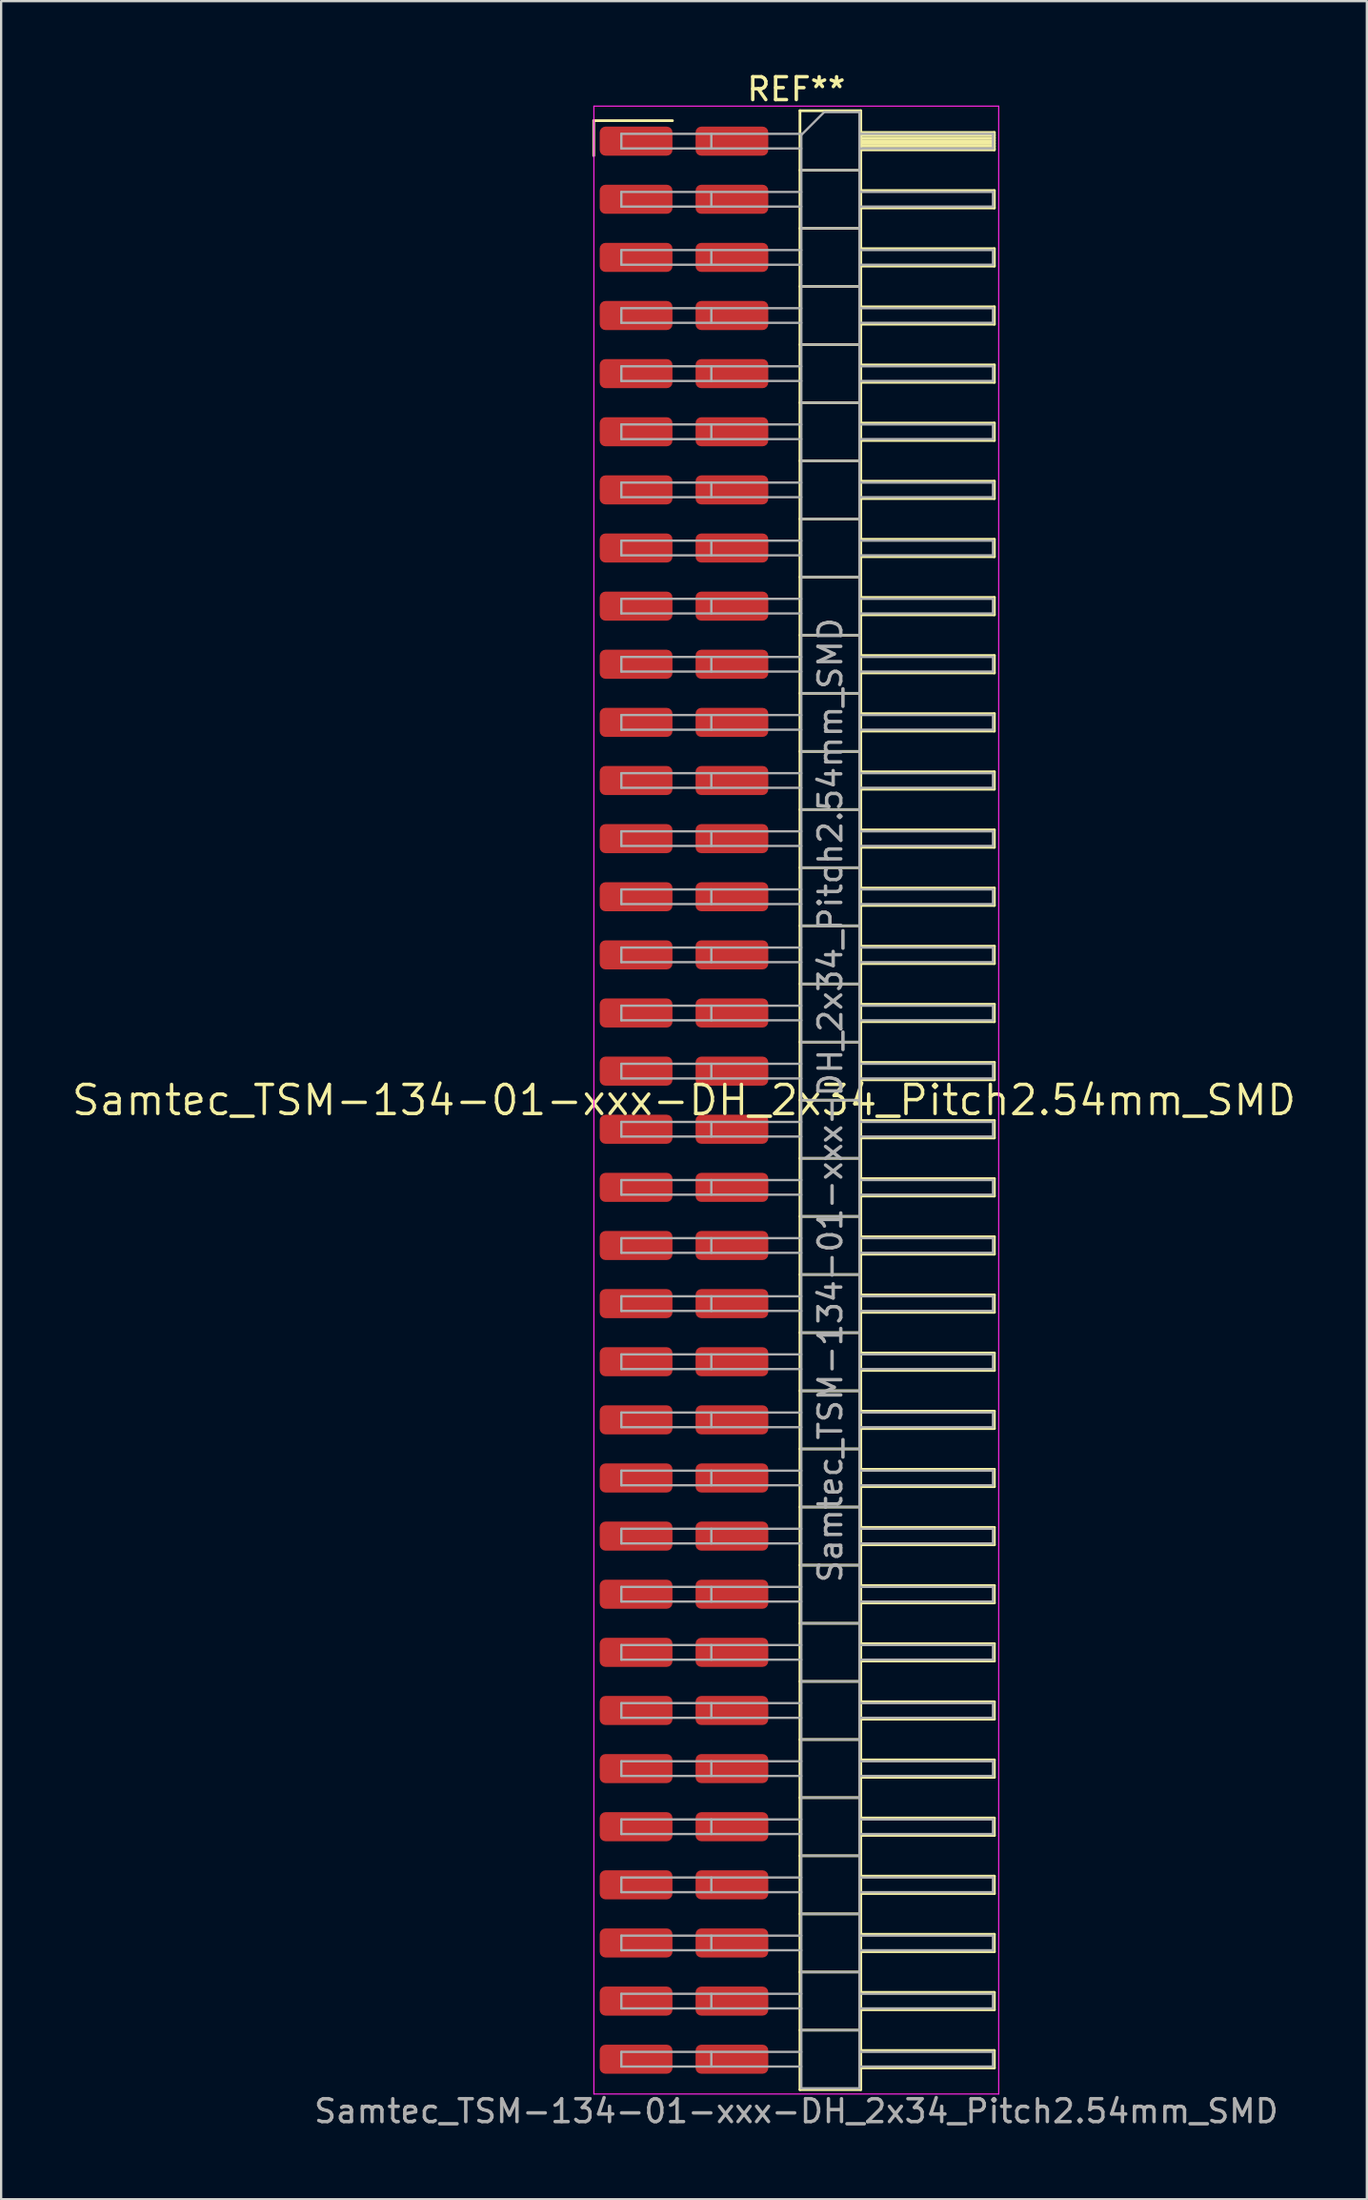
<source format=kicad_pcb>
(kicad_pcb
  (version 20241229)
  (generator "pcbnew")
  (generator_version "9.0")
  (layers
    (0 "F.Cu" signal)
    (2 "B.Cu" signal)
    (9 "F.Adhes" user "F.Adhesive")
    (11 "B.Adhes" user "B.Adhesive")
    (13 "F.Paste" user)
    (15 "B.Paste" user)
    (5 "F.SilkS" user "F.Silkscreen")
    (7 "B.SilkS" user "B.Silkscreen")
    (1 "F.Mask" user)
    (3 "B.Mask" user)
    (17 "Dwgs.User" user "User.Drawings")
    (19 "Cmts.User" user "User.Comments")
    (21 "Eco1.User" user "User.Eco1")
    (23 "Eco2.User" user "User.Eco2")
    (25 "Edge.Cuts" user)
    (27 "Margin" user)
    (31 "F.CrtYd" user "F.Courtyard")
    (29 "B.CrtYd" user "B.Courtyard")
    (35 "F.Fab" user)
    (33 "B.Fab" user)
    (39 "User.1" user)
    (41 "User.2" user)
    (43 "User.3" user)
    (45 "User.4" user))
  (footprint "Samtec_TSM-134-01-xxx-DH_2x34_Pitch2.54mm_SMD"
    (layer "F.Cu")
    (at 26.859 45.028)
    (property "Reference" "Samtec_TSM-134-01-xxx-DH_2x34_Pitch2.54mm_SMD" (at 0 0 0) (layer "F.SilkS") (effects (font (size 1.27 1.27) (thickness 0.15))))
    (attr smd)
    (fp_line (start -3.945 -42.805) (end -0.505 -42.805) (stroke (width 0.12) (type solid)) (layer "F.SilkS"))
    (fp_line (start -3.945 -41.275) (end -3.945 -42.805) (stroke (width 0.12) (type solid)) (layer "F.SilkS"))
    (fp_line (start 5.07 -43.24) (end 7.73 -43.24) (stroke (width 0.12) (type solid)) (layer "F.SilkS"))
    (fp_line (start 5.07 -40.64) (end 7.73 -40.64) (stroke (width 0.12) (type solid)) (layer "F.SilkS"))
    (fp_line (start 5.07 -38.1) (end 7.73 -38.1) (stroke (width 0.12) (type solid)) (layer "F.SilkS"))
    (fp_line (start 5.07 -35.56) (end 7.73 -35.56) (stroke (width 0.12) (type solid)) (layer "F.SilkS"))
    (fp_line (start 5.07 -33.02) (end 7.73 -33.02) (stroke (width 0.12) (type solid)) (layer "F.SilkS"))
    (fp_line (start 5.07 -30.48) (end 7.73 -30.48) (stroke (width 0.12) (type solid)) (layer "F.SilkS"))
    (fp_line (start 5.07 -27.94) (end 7.73 -27.94) (stroke (width 0.12) (type solid)) (layer "F.SilkS"))
    (fp_line (start 5.07 -25.4) (end 7.73 -25.4) (stroke (width 0.12) (type solid)) (layer "F.SilkS"))
    (fp_line (start 5.07 -22.86) (end 7.73 -22.86) (stroke (width 0.12) (type solid)) (layer "F.SilkS"))
    (fp_line (start 5.07 -20.32) (end 7.73 -20.32) (stroke (width 0.12) (type solid)) (layer "F.SilkS"))
    (fp_line (start 5.07 -17.78) (end 7.73 -17.78) (stroke (width 0.12) (type solid)) (layer "F.SilkS"))
    (fp_line (start 5.07 -15.24) (end 7.73 -15.24) (stroke (width 0.12) (type solid)) (layer "F.SilkS"))
    (fp_line (start 5.07 -12.7) (end 7.73 -12.7) (stroke (width 0.12) (type solid)) (layer "F.SilkS"))
    (fp_line (start 5.07 -10.16) (end 7.73 -10.16) (stroke (width 0.12) (type solid)) (layer "F.SilkS"))
    (fp_line (start 5.07 -7.62) (end 7.73 -7.62) (stroke (width 0.12) (type solid)) (layer "F.SilkS"))
    (fp_line (start 5.07 -5.08) (end 7.73 -5.08) (stroke (width 0.12) (type solid)) (layer "F.SilkS"))
    (fp_line (start 5.07 -2.54) (end 7.73 -2.54) (stroke (width 0.12) (type solid)) (layer "F.SilkS"))
    (fp_line (start 5.07 0) (end 7.73 0) (stroke (width 0.12) (type solid)) (layer "F.SilkS"))
    (fp_line (start 5.07 2.54) (end 7.73 2.54) (stroke (width 0.12) (type solid)) (layer "F.SilkS"))
    (fp_line (start 5.07 5.08) (end 7.73 5.08) (stroke (width 0.12) (type solid)) (layer "F.SilkS"))
    (fp_line (start 5.07 7.62) (end 7.73 7.62) (stroke (width 0.12) (type solid)) (layer "F.SilkS"))
    (fp_line (start 5.07 10.16) (end 7.73 10.16) (stroke (width 0.12) (type solid)) (layer "F.SilkS"))
    (fp_line (start 5.07 12.7) (end 7.73 12.7) (stroke (width 0.12) (type solid)) (layer "F.SilkS"))
    (fp_line (start 5.07 15.24) (end 7.73 15.24) (stroke (width 0.12) (type solid)) (layer "F.SilkS"))
    (fp_line (start 5.07 17.78) (end 7.73 17.78) (stroke (width 0.12) (type solid)) (layer "F.SilkS"))
    (fp_line (start 5.07 20.32) (end 7.73 20.32) (stroke (width 0.12) (type solid)) (layer "F.SilkS"))
    (fp_line (start 5.07 22.86) (end 7.73 22.86) (stroke (width 0.12) (type solid)) (layer "F.SilkS"))
    (fp_line (start 5.07 25.4) (end 7.73 25.4) (stroke (width 0.12) (type solid)) (layer "F.SilkS"))
    (fp_line (start 5.07 27.94) (end 7.73 27.94) (stroke (width 0.12) (type solid)) (layer "F.SilkS"))
    (fp_line (start 5.07 30.48) (end 7.73 30.48) (stroke (width 0.12) (type solid)) (layer "F.SilkS"))
    (fp_line (start 5.07 33.02) (end 7.73 33.02) (stroke (width 0.12) (type solid)) (layer "F.SilkS"))
    (fp_line (start 5.07 35.56) (end 7.73 35.56) (stroke (width 0.12) (type solid)) (layer "F.SilkS"))
    (fp_line (start 5.07 38.1) (end 7.73 38.1) (stroke (width 0.12) (type solid)) (layer "F.SilkS"))
    (fp_line (start 5.07 40.64) (end 7.73 40.64) (stroke (width 0.12) (type solid)) (layer "F.SilkS"))
    (fp_line (start 5.07 43.24) (end 5.07 -43.24) (stroke (width 0.12) (type solid)) (layer "F.SilkS"))
    (fp_line (start 7.73 -43.24) (end 7.73 43.24) (stroke (width 0.12) (type solid)) (layer "F.SilkS"))
    (fp_line (start 7.73 -42.29) (end 13.57 -42.29) (stroke (width 0.12) (type solid)) (layer "F.SilkS"))
    (fp_line (start 7.73 -42.17) (end 13.57 -42.17) (stroke (width 0.12) (type solid)) (layer "F.SilkS"))
    (fp_line (start 7.73 -42.05) (end 13.57 -42.05) (stroke (width 0.12) (type solid)) (layer "F.SilkS"))
    (fp_line (start 7.73 -41.93) (end 13.57 -41.93) (stroke (width 0.12) (type solid)) (layer "F.SilkS"))
    (fp_line (start 7.73 -41.81) (end 13.57 -41.81) (stroke (width 0.12) (type solid)) (layer "F.SilkS"))
    (fp_line (start 7.73 -41.69) (end 13.57 -41.69) (stroke (width 0.12) (type solid)) (layer "F.SilkS"))
    (fp_line (start 7.73 -41.57) (end 13.57 -41.57) (stroke (width 0.12) (type solid)) (layer "F.SilkS"))
    (fp_line (start 7.73 -41.53) (end 13.57 -41.53) (stroke (width 0.12) (type solid)) (layer "F.SilkS"))
    (fp_line (start 7.73 -39.75) (end 13.57 -39.75) (stroke (width 0.12) (type solid)) (layer "F.SilkS"))
    (fp_line (start 7.73 -38.99) (end 13.57 -38.99) (stroke (width 0.12) (type solid)) (layer "F.SilkS"))
    (fp_line (start 7.73 -37.21) (end 13.57 -37.21) (stroke (width 0.12) (type solid)) (layer "F.SilkS"))
    (fp_line (start 7.73 -36.45) (end 13.57 -36.45) (stroke (width 0.12) (type solid)) (layer "F.SilkS"))
    (fp_line (start 7.73 -34.67) (end 13.57 -34.67) (stroke (width 0.12) (type solid)) (layer "F.SilkS"))
    (fp_line (start 7.73 -33.91) (end 13.57 -33.91) (stroke (width 0.12) (type solid)) (layer "F.SilkS"))
    (fp_line (start 7.73 -32.13) (end 13.57 -32.13) (stroke (width 0.12) (type solid)) (layer "F.SilkS"))
    (fp_line (start 7.73 -31.37) (end 13.57 -31.37) (stroke (width 0.12) (type solid)) (layer "F.SilkS"))
    (fp_line (start 7.73 -29.59) (end 13.57 -29.59) (stroke (width 0.12) (type solid)) (layer "F.SilkS"))
    (fp_line (start 7.73 -28.83) (end 13.57 -28.83) (stroke (width 0.12) (type solid)) (layer "F.SilkS"))
    (fp_line (start 7.73 -27.05) (end 13.57 -27.05) (stroke (width 0.12) (type solid)) (layer "F.SilkS"))
    (fp_line (start 7.73 -26.29) (end 13.57 -26.29) (stroke (width 0.12) (type solid)) (layer "F.SilkS"))
    (fp_line (start 7.73 -24.51) (end 13.57 -24.51) (stroke (width 0.12) (type solid)) (layer "F.SilkS"))
    (fp_line (start 7.73 -23.75) (end 13.57 -23.75) (stroke (width 0.12) (type solid)) (layer "F.SilkS"))
    (fp_line (start 7.73 -21.97) (end 13.57 -21.97) (stroke (width 0.12) (type solid)) (layer "F.SilkS"))
    (fp_line (start 7.73 -21.21) (end 13.57 -21.21) (stroke (width 0.12) (type solid)) (layer "F.SilkS"))
    (fp_line (start 7.73 -19.43) (end 13.57 -19.43) (stroke (width 0.12) (type solid)) (layer "F.SilkS"))
    (fp_line (start 7.73 -18.67) (end 13.57 -18.67) (stroke (width 0.12) (type solid)) (layer "F.SilkS"))
    (fp_line (start 7.73 -16.89) (end 13.57 -16.89) (stroke (width 0.12) (type solid)) (layer "F.SilkS"))
    (fp_line (start 7.73 -16.13) (end 13.57 -16.13) (stroke (width 0.12) (type solid)) (layer "F.SilkS"))
    (fp_line (start 7.73 -14.35) (end 13.57 -14.35) (stroke (width 0.12) (type solid)) (layer "F.SilkS"))
    (fp_line (start 7.73 -13.59) (end 13.57 -13.59) (stroke (width 0.12) (type solid)) (layer "F.SilkS"))
    (fp_line (start 7.73 -11.81) (end 13.57 -11.81) (stroke (width 0.12) (type solid)) (layer "F.SilkS"))
    (fp_line (start 7.73 -11.05) (end 13.57 -11.05) (stroke (width 0.12) (type solid)) (layer "F.SilkS"))
    (fp_line (start 7.73 -9.27) (end 13.57 -9.27) (stroke (width 0.12) (type solid)) (layer "F.SilkS"))
    (fp_line (start 7.73 -8.51) (end 13.57 -8.51) (stroke (width 0.12) (type solid)) (layer "F.SilkS"))
    (fp_line (start 7.73 -6.73) (end 13.57 -6.73) (stroke (width 0.12) (type solid)) (layer "F.SilkS"))
    (fp_line (start 7.73 -5.97) (end 13.57 -5.97) (stroke (width 0.12) (type solid)) (layer "F.SilkS"))
    (fp_line (start 7.73 -4.19) (end 13.57 -4.19) (stroke (width 0.12) (type solid)) (layer "F.SilkS"))
    (fp_line (start 7.73 -3.43) (end 13.57 -3.43) (stroke (width 0.12) (type solid)) (layer "F.SilkS"))
    (fp_line (start 7.73 -1.65) (end 13.57 -1.65) (stroke (width 0.12) (type solid)) (layer "F.SilkS"))
    (fp_line (start 7.73 -0.89) (end 13.57 -0.89) (stroke (width 0.12) (type solid)) (layer "F.SilkS"))
    (fp_line (start 7.73 0.89) (end 13.57 0.89) (stroke (width 0.12) (type solid)) (layer "F.SilkS"))
    (fp_line (start 7.73 1.65) (end 13.57 1.65) (stroke (width 0.12) (type solid)) (layer "F.SilkS"))
    (fp_line (start 7.73 3.43) (end 13.57 3.43) (stroke (width 0.12) (type solid)) (layer "F.SilkS"))
    (fp_line (start 7.73 4.19) (end 13.57 4.19) (stroke (width 0.12) (type solid)) (layer "F.SilkS"))
    (fp_line (start 7.73 5.97) (end 13.57 5.97) (stroke (width 0.12) (type solid)) (layer "F.SilkS"))
    (fp_line (start 7.73 6.73) (end 13.57 6.73) (stroke (width 0.12) (type solid)) (layer "F.SilkS"))
    (fp_line (start 7.73 8.51) (end 13.57 8.51) (stroke (width 0.12) (type solid)) (layer "F.SilkS"))
    (fp_line (start 7.73 9.27) (end 13.57 9.27) (stroke (width 0.12) (type solid)) (layer "F.SilkS"))
    (fp_line (start 7.73 11.05) (end 13.57 11.05) (stroke (width 0.12) (type solid)) (layer "F.SilkS"))
    (fp_line (start 7.73 11.81) (end 13.57 11.81) (stroke (width 0.12) (type solid)) (layer "F.SilkS"))
    (fp_line (start 7.73 13.59) (end 13.57 13.59) (stroke (width 0.12) (type solid)) (layer "F.SilkS"))
    (fp_line (start 7.73 14.35) (end 13.57 14.35) (stroke (width 0.12) (type solid)) (layer "F.SilkS"))
    (fp_line (start 7.73 16.13) (end 13.57 16.13) (stroke (width 0.12) (type solid)) (layer "F.SilkS"))
    (fp_line (start 7.73 16.89) (end 13.57 16.89) (stroke (width 0.12) (type solid)) (layer "F.SilkS"))
    (fp_line (start 7.73 18.67) (end 13.57 18.67) (stroke (width 0.12) (type solid)) (layer "F.SilkS"))
    (fp_line (start 7.73 19.43) (end 13.57 19.43) (stroke (width 0.12) (type solid)) (layer "F.SilkS"))
    (fp_line (start 7.73 21.21) (end 13.57 21.21) (stroke (width 0.12) (type solid)) (layer "F.SilkS"))
    (fp_line (start 7.73 21.97) (end 13.57 21.97) (stroke (width 0.12) (type solid)) (layer "F.SilkS"))
    (fp_line (start 7.73 23.75) (end 13.57 23.75) (stroke (width 0.12) (type solid)) (layer "F.SilkS"))
    (fp_line (start 7.73 24.51) (end 13.57 24.51) (stroke (width 0.12) (type solid)) (layer "F.SilkS"))
    (fp_line (start 7.73 26.29) (end 13.57 26.29) (stroke (width 0.12) (type solid)) (layer "F.SilkS"))
    (fp_line (start 7.73 27.05) (end 13.57 27.05) (stroke (width 0.12) (type solid)) (layer "F.SilkS"))
    (fp_line (start 7.73 28.83) (end 13.57 28.83) (stroke (width 0.12) (type solid)) (layer "F.SilkS"))
    (fp_line (start 7.73 29.59) (end 13.57 29.59) (stroke (width 0.12) (type solid)) (layer "F.SilkS"))
    (fp_line (start 7.73 31.37) (end 13.57 31.37) (stroke (width 0.12) (type solid)) (layer "F.SilkS"))
    (fp_line (start 7.73 32.13) (end 13.57 32.13) (stroke (width 0.12) (type solid)) (layer "F.SilkS"))
    (fp_line (start 7.73 33.91) (end 13.57 33.91) (stroke (width 0.12) (type solid)) (layer "F.SilkS"))
    (fp_line (start 7.73 34.67) (end 13.57 34.67) (stroke (width 0.12) (type solid)) (layer "F.SilkS"))
    (fp_line (start 7.73 36.45) (end 13.57 36.45) (stroke (width 0.12) (type solid)) (layer "F.SilkS"))
    (fp_line (start 7.73 37.21) (end 13.57 37.21) (stroke (width 0.12) (type solid)) (layer "F.SilkS"))
    (fp_line (start 7.73 38.99) (end 13.57 38.99) (stroke (width 0.12) (type solid)) (layer "F.SilkS"))
    (fp_line (start 7.73 39.75) (end 13.57 39.75) (stroke (width 0.12) (type solid)) (layer "F.SilkS"))
    (fp_line (start 7.73 41.53) (end 13.57 41.53) (stroke (width 0.12) (type solid)) (layer "F.SilkS"))
    (fp_line (start 7.73 42.29) (end 13.57 42.29) (stroke (width 0.12) (type solid)) (layer "F.SilkS"))
    (fp_line (start 7.73 43.24) (end 5.07 43.24) (stroke (width 0.12) (type solid)) (layer "F.SilkS"))
    (fp_line (start 13.57 -42.29) (end 13.57 -41.53) (stroke (width 0.12) (type solid)) (layer "F.SilkS"))
    (fp_line (start 13.57 -39.75) (end 13.57 -38.99) (stroke (width 0.12) (type solid)) (layer "F.SilkS"))
    (fp_line (start 13.57 -37.21) (end 13.57 -36.45) (stroke (width 0.12) (type solid)) (layer "F.SilkS"))
    (fp_line (start 13.57 -34.67) (end 13.57 -33.91) (stroke (width 0.12) (type solid)) (layer "F.SilkS"))
    (fp_line (start 13.57 -32.13) (end 13.57 -31.37) (stroke (width 0.12) (type solid)) (layer "F.SilkS"))
    (fp_line (start 13.57 -29.59) (end 13.57 -28.83) (stroke (width 0.12) (type solid)) (layer "F.SilkS"))
    (fp_line (start 13.57 -27.05) (end 13.57 -26.29) (stroke (width 0.12) (type solid)) (layer "F.SilkS"))
    (fp_line (start 13.57 -24.51) (end 13.57 -23.75) (stroke (width 0.12) (type solid)) (layer "F.SilkS"))
    (fp_line (start 13.57 -21.97) (end 13.57 -21.21) (stroke (width 0.12) (type solid)) (layer "F.SilkS"))
    (fp_line (start 13.57 -19.43) (end 13.57 -18.67) (stroke (width 0.12) (type solid)) (layer "F.SilkS"))
    (fp_line (start 13.57 -16.89) (end 13.57 -16.13) (stroke (width 0.12) (type solid)) (layer "F.SilkS"))
    (fp_line (start 13.57 -14.35) (end 13.57 -13.59) (stroke (width 0.12) (type solid)) (layer "F.SilkS"))
    (fp_line (start 13.57 -11.81) (end 13.57 -11.05) (stroke (width 0.12) (type solid)) (layer "F.SilkS"))
    (fp_line (start 13.57 -9.27) (end 13.57 -8.51) (stroke (width 0.12) (type solid)) (layer "F.SilkS"))
    (fp_line (start 13.57 -6.73) (end 13.57 -5.97) (stroke (width 0.12) (type solid)) (layer "F.SilkS"))
    (fp_line (start 13.57 -4.19) (end 13.57 -3.43) (stroke (width 0.12) (type solid)) (layer "F.SilkS"))
    (fp_line (start 13.57 -1.65) (end 13.57 -0.89) (stroke (width 0.12) (type solid)) (layer "F.SilkS"))
    (fp_line (start 13.57 0.89) (end 13.57 1.65) (stroke (width 0.12) (type solid)) (layer "F.SilkS"))
    (fp_line (start 13.57 3.43) (end 13.57 4.19) (stroke (width 0.12) (type solid)) (layer "F.SilkS"))
    (fp_line (start 13.57 5.97) (end 13.57 6.73) (stroke (width 0.12) (type solid)) (layer "F.SilkS"))
    (fp_line (start 13.57 8.51) (end 13.57 9.27) (stroke (width 0.12) (type solid)) (layer "F.SilkS"))
    (fp_line (start 13.57 11.05) (end 13.57 11.81) (stroke (width 0.12) (type solid)) (layer "F.SilkS"))
    (fp_line (start 13.57 13.59) (end 13.57 14.35) (stroke (width 0.12) (type solid)) (layer "F.SilkS"))
    (fp_line (start 13.57 16.13) (end 13.57 16.89) (stroke (width 0.12) (type solid)) (layer "F.SilkS"))
    (fp_line (start 13.57 18.67) (end 13.57 19.43) (stroke (width 0.12) (type solid)) (layer "F.SilkS"))
    (fp_line (start 13.57 21.21) (end 13.57 21.97) (stroke (width 0.12) (type solid)) (layer "F.SilkS"))
    (fp_line (start 13.57 23.75) (end 13.57 24.51) (stroke (width 0.12) (type solid)) (layer "F.SilkS"))
    (fp_line (start 13.57 26.29) (end 13.57 27.05) (stroke (width 0.12) (type solid)) (layer "F.SilkS"))
    (fp_line (start 13.57 28.83) (end 13.57 29.59) (stroke (width 0.12) (type solid)) (layer "F.SilkS"))
    (fp_line (start 13.57 31.37) (end 13.57 32.13) (stroke (width 0.12) (type solid)) (layer "F.SilkS"))
    (fp_line (start 13.57 33.91) (end 13.57 34.67) (stroke (width 0.12) (type solid)) (layer "F.SilkS"))
    (fp_line (start 13.57 36.45) (end 13.57 37.21) (stroke (width 0.12) (type solid)) (layer "F.SilkS"))
    (fp_line (start 13.57 38.99) (end 13.57 39.75) (stroke (width 0.12) (type solid)) (layer "F.SilkS"))
    (fp_line (start 13.57 41.53) (end 13.57 42.29) (stroke (width 0.12) (type solid)) (layer "F.SilkS"))
    (fp_line (start -3.94 -43.44) (end 13.76 -43.44) (stroke (width 0.05) (type solid)) (layer "F.CrtYd"))
    (fp_line (start -3.94 43.43) (end -3.94 -43.44) (stroke (width 0.05) (type solid)) (layer "F.CrtYd"))
    (fp_line (start 13.76 -43.44) (end 13.76 43.43) (stroke (width 0.05) (type solid)) (layer "F.CrtYd"))
    (fp_line (start 13.76 43.43) (end -3.94 43.43) (stroke (width 0.05) (type solid)) (layer "F.CrtYd"))
    (fp_line (start -2.74 -42.23) (end -2.74 -41.59) (stroke (width 0.1) (type solid)) (layer "F.Fab"))
    (fp_line (start -2.74 -42.23) (end 5.13 -42.23) (stroke (width 0.1) (type solid)) (layer "F.Fab"))
    (fp_line (start -2.74 -41.59) (end 5.13 -41.59) (stroke (width 0.1) (type solid)) (layer "F.Fab"))
    (fp_line (start -2.74 -39.69) (end -2.74 -39.05) (stroke (width 0.1) (type solid)) (layer "F.Fab"))
    (fp_line (start -2.74 -39.69) (end 5.13 -39.69) (stroke (width 0.1) (type solid)) (layer "F.Fab"))
    (fp_line (start -2.74 -39.05) (end 5.13 -39.05) (stroke (width 0.1) (type solid)) (layer "F.Fab"))
    (fp_line (start -2.74 -37.15) (end -2.74 -36.51) (stroke (width 0.1) (type solid)) (layer "F.Fab"))
    (fp_line (start -2.74 -37.15) (end 5.13 -37.15) (stroke (width 0.1) (type solid)) (layer "F.Fab"))
    (fp_line (start -2.74 -36.51) (end 5.13 -36.51) (stroke (width 0.1) (type solid)) (layer "F.Fab"))
    (fp_line (start -2.74 -34.61) (end -2.74 -33.97) (stroke (width 0.1) (type solid)) (layer "F.Fab"))
    (fp_line (start -2.74 -34.61) (end 5.13 -34.61) (stroke (width 0.1) (type solid)) (layer "F.Fab"))
    (fp_line (start -2.74 -33.97) (end 5.13 -33.97) (stroke (width 0.1) (type solid)) (layer "F.Fab"))
    (fp_line (start -2.74 -32.07) (end -2.74 -31.43) (stroke (width 0.1) (type solid)) (layer "F.Fab"))
    (fp_line (start -2.74 -32.07) (end 5.13 -32.07) (stroke (width 0.1) (type solid)) (layer "F.Fab"))
    (fp_line (start -2.74 -31.43) (end 5.13 -31.43) (stroke (width 0.1) (type solid)) (layer "F.Fab"))
    (fp_line (start -2.74 -29.53) (end -2.74 -28.89) (stroke (width 0.1) (type solid)) (layer "F.Fab"))
    (fp_line (start -2.74 -29.53) (end 5.13 -29.53) (stroke (width 0.1) (type solid)) (layer "F.Fab"))
    (fp_line (start -2.74 -28.89) (end 5.13 -28.89) (stroke (width 0.1) (type solid)) (layer "F.Fab"))
    (fp_line (start -2.74 -26.99) (end -2.74 -26.35) (stroke (width 0.1) (type solid)) (layer "F.Fab"))
    (fp_line (start -2.74 -26.99) (end 5.13 -26.99) (stroke (width 0.1) (type solid)) (layer "F.Fab"))
    (fp_line (start -2.74 -26.35) (end 5.13 -26.35) (stroke (width 0.1) (type solid)) (layer "F.Fab"))
    (fp_line (start -2.74 -24.45) (end -2.74 -23.81) (stroke (width 0.1) (type solid)) (layer "F.Fab"))
    (fp_line (start -2.74 -24.45) (end 5.13 -24.45) (stroke (width 0.1) (type solid)) (layer "F.Fab"))
    (fp_line (start -2.74 -23.81) (end 5.13 -23.81) (stroke (width 0.1) (type solid)) (layer "F.Fab"))
    (fp_line (start -2.74 -21.91) (end -2.74 -21.27) (stroke (width 0.1) (type solid)) (layer "F.Fab"))
    (fp_line (start -2.74 -21.91) (end 5.13 -21.91) (stroke (width 0.1) (type solid)) (layer "F.Fab"))
    (fp_line (start -2.74 -21.27) (end 5.13 -21.27) (stroke (width 0.1) (type solid)) (layer "F.Fab"))
    (fp_line (start -2.74 -19.37) (end -2.74 -18.73) (stroke (width 0.1) (type solid)) (layer "F.Fab"))
    (fp_line (start -2.74 -19.37) (end 5.13 -19.37) (stroke (width 0.1) (type solid)) (layer "F.Fab"))
    (fp_line (start -2.74 -18.73) (end 5.13 -18.73) (stroke (width 0.1) (type solid)) (layer "F.Fab"))
    (fp_line (start -2.74 -16.83) (end -2.74 -16.19) (stroke (width 0.1) (type solid)) (layer "F.Fab"))
    (fp_line (start -2.74 -16.83) (end 5.13 -16.83) (stroke (width 0.1) (type solid)) (layer "F.Fab"))
    (fp_line (start -2.74 -16.19) (end 5.13 -16.19) (stroke (width 0.1) (type solid)) (layer "F.Fab"))
    (fp_line (start -2.74 -14.29) (end -2.74 -13.65) (stroke (width 0.1) (type solid)) (layer "F.Fab"))
    (fp_line (start -2.74 -14.29) (end 5.13 -14.29) (stroke (width 0.1) (type solid)) (layer "F.Fab"))
    (fp_line (start -2.74 -13.65) (end 5.13 -13.65) (stroke (width 0.1) (type solid)) (layer "F.Fab"))
    (fp_line (start -2.74 -11.75) (end -2.74 -11.11) (stroke (width 0.1) (type solid)) (layer "F.Fab"))
    (fp_line (start -2.74 -11.75) (end 5.13 -11.75) (stroke (width 0.1) (type solid)) (layer "F.Fab"))
    (fp_line (start -2.74 -11.11) (end 5.13 -11.11) (stroke (width 0.1) (type solid)) (layer "F.Fab"))
    (fp_line (start -2.74 -9.21) (end -2.74 -8.57) (stroke (width 0.1) (type solid)) (layer "F.Fab"))
    (fp_line (start -2.74 -9.21) (end 5.13 -9.21) (stroke (width 0.1) (type solid)) (layer "F.Fab"))
    (fp_line (start -2.74 -8.57) (end 5.13 -8.57) (stroke (width 0.1) (type solid)) (layer "F.Fab"))
    (fp_line (start -2.74 -6.67) (end -2.74 -6.03) (stroke (width 0.1) (type solid)) (layer "F.Fab"))
    (fp_line (start -2.74 -6.67) (end 5.13 -6.67) (stroke (width 0.1) (type solid)) (layer "F.Fab"))
    (fp_line (start -2.74 -6.03) (end 5.13 -6.03) (stroke (width 0.1) (type solid)) (layer "F.Fab"))
    (fp_line (start -2.74 -4.13) (end -2.74 -3.49) (stroke (width 0.1) (type solid)) (layer "F.Fab"))
    (fp_line (start -2.74 -4.13) (end 5.13 -4.13) (stroke (width 0.1) (type solid)) (layer "F.Fab"))
    (fp_line (start -2.74 -3.49) (end 5.13 -3.49) (stroke (width 0.1) (type solid)) (layer "F.Fab"))
    (fp_line (start -2.74 -1.59) (end -2.74 -0.95) (stroke (width 0.1) (type solid)) (layer "F.Fab"))
    (fp_line (start -2.74 -1.59) (end 5.13 -1.59) (stroke (width 0.1) (type solid)) (layer "F.Fab"))
    (fp_line (start -2.74 -0.95) (end 5.13 -0.95) (stroke (width 0.1) (type solid)) (layer "F.Fab"))
    (fp_line (start -2.74 0.95) (end -2.74 1.59) (stroke (width 0.1) (type solid)) (layer "F.Fab"))
    (fp_line (start -2.74 0.95) (end 5.13 0.95) (stroke (width 0.1) (type solid)) (layer "F.Fab"))
    (fp_line (start -2.74 1.59) (end 5.13 1.59) (stroke (width 0.1) (type solid)) (layer "F.Fab"))
    (fp_line (start -2.74 3.49) (end -2.74 4.13) (stroke (width 0.1) (type solid)) (layer "F.Fab"))
    (fp_line (start -2.74 3.49) (end 5.13 3.49) (stroke (width 0.1) (type solid)) (layer "F.Fab"))
    (fp_line (start -2.74 4.13) (end 5.13 4.13) (stroke (width 0.1) (type solid)) (layer "F.Fab"))
    (fp_line (start -2.74 6.03) (end -2.74 6.67) (stroke (width 0.1) (type solid)) (layer "F.Fab"))
    (fp_line (start -2.74 6.03) (end 5.13 6.03) (stroke (width 0.1) (type solid)) (layer "F.Fab"))
    (fp_line (start -2.74 6.67) (end 5.13 6.67) (stroke (width 0.1) (type solid)) (layer "F.Fab"))
    (fp_line (start -2.74 8.57) (end -2.74 9.21) (stroke (width 0.1) (type solid)) (layer "F.Fab"))
    (fp_line (start -2.74 8.57) (end 5.13 8.57) (stroke (width 0.1) (type solid)) (layer "F.Fab"))
    (fp_line (start -2.74 9.21) (end 5.13 9.21) (stroke (width 0.1) (type solid)) (layer "F.Fab"))
    (fp_line (start -2.74 11.11) (end -2.74 11.75) (stroke (width 0.1) (type solid)) (layer "F.Fab"))
    (fp_line (start -2.74 11.11) (end 5.13 11.11) (stroke (width 0.1) (type solid)) (layer "F.Fab"))
    (fp_line (start -2.74 11.75) (end 5.13 11.75) (stroke (width 0.1) (type solid)) (layer "F.Fab"))
    (fp_line (start -2.74 13.65) (end -2.74 14.29) (stroke (width 0.1) (type solid)) (layer "F.Fab"))
    (fp_line (start -2.74 13.65) (end 5.13 13.65) (stroke (width 0.1) (type solid)) (layer "F.Fab"))
    (fp_line (start -2.74 14.29) (end 5.13 14.29) (stroke (width 0.1) (type solid)) (layer "F.Fab"))
    (fp_line (start -2.74 16.19) (end -2.74 16.83) (stroke (width 0.1) (type solid)) (layer "F.Fab"))
    (fp_line (start -2.74 16.19) (end 5.13 16.19) (stroke (width 0.1) (type solid)) (layer "F.Fab"))
    (fp_line (start -2.74 16.83) (end 5.13 16.83) (stroke (width 0.1) (type solid)) (layer "F.Fab"))
    (fp_line (start -2.74 18.73) (end -2.74 19.37) (stroke (width 0.1) (type solid)) (layer "F.Fab"))
    (fp_line (start -2.74 18.73) (end 5.13 18.73) (stroke (width 0.1) (type solid)) (layer "F.Fab"))
    (fp_line (start -2.74 19.37) (end 5.13 19.37) (stroke (width 0.1) (type solid)) (layer "F.Fab"))
    (fp_line (start -2.74 21.27) (end -2.74 21.91) (stroke (width 0.1) (type solid)) (layer "F.Fab"))
    (fp_line (start -2.74 21.27) (end 5.13 21.27) (stroke (width 0.1) (type solid)) (layer "F.Fab"))
    (fp_line (start -2.74 21.91) (end 5.13 21.91) (stroke (width 0.1) (type solid)) (layer "F.Fab"))
    (fp_line (start -2.74 23.81) (end -2.74 24.45) (stroke (width 0.1) (type solid)) (layer "F.Fab"))
    (fp_line (start -2.74 23.81) (end 5.13 23.81) (stroke (width 0.1) (type solid)) (layer "F.Fab"))
    (fp_line (start -2.74 24.45) (end 5.13 24.45) (stroke (width 0.1) (type solid)) (layer "F.Fab"))
    (fp_line (start -2.74 26.35) (end -2.74 26.99) (stroke (width 0.1) (type solid)) (layer "F.Fab"))
    (fp_line (start -2.74 26.35) (end 5.13 26.35) (stroke (width 0.1) (type solid)) (layer "F.Fab"))
    (fp_line (start -2.74 26.99) (end 5.13 26.99) (stroke (width 0.1) (type solid)) (layer "F.Fab"))
    (fp_line (start -2.74 28.89) (end -2.74 29.53) (stroke (width 0.1) (type solid)) (layer "F.Fab"))
    (fp_line (start -2.74 28.89) (end 5.13 28.89) (stroke (width 0.1) (type solid)) (layer "F.Fab"))
    (fp_line (start -2.74 29.53) (end 5.13 29.53) (stroke (width 0.1) (type solid)) (layer "F.Fab"))
    (fp_line (start -2.74 31.43) (end -2.74 32.07) (stroke (width 0.1) (type solid)) (layer "F.Fab"))
    (fp_line (start -2.74 31.43) (end 5.13 31.43) (stroke (width 0.1) (type solid)) (layer "F.Fab"))
    (fp_line (start -2.74 32.07) (end 5.13 32.07) (stroke (width 0.1) (type solid)) (layer "F.Fab"))
    (fp_line (start -2.74 33.97) (end -2.74 34.61) (stroke (width 0.1) (type solid)) (layer "F.Fab"))
    (fp_line (start -2.74 33.97) (end 5.13 33.97) (stroke (width 0.1) (type solid)) (layer "F.Fab"))
    (fp_line (start -2.74 34.61) (end 5.13 34.61) (stroke (width 0.1) (type solid)) (layer "F.Fab"))
    (fp_line (start -2.74 36.51) (end -2.74 37.15) (stroke (width 0.1) (type solid)) (layer "F.Fab"))
    (fp_line (start -2.74 36.51) (end 5.13 36.51) (stroke (width 0.1) (type solid)) (layer "F.Fab"))
    (fp_line (start -2.74 37.15) (end 5.13 37.15) (stroke (width 0.1) (type solid)) (layer "F.Fab"))
    (fp_line (start -2.74 39.05) (end -2.74 39.69) (stroke (width 0.1) (type solid)) (layer "F.Fab"))
    (fp_line (start -2.74 39.05) (end 5.13 39.05) (stroke (width 0.1) (type solid)) (layer "F.Fab"))
    (fp_line (start -2.74 39.69) (end 5.13 39.69) (stroke (width 0.1) (type solid)) (layer "F.Fab"))
    (fp_line (start -2.74 41.59) (end -2.74 42.23) (stroke (width 0.1) (type solid)) (layer "F.Fab"))
    (fp_line (start -2.74 41.59) (end 5.13 41.59) (stroke (width 0.1) (type solid)) (layer "F.Fab"))
    (fp_line (start -2.74 42.23) (end 5.13 42.23) (stroke (width 0.1) (type solid)) (layer "F.Fab"))
    (fp_line (start 1.195 -42.23) (end 1.195 -41.59) (stroke (width 0.1) (type solid)) (layer "F.Fab"))
    (fp_line (start 1.195 -39.69) (end 1.195 -39.05) (stroke (width 0.1) (type solid)) (layer "F.Fab"))
    (fp_line (start 1.195 -37.15) (end 1.195 -36.51) (stroke (width 0.1) (type solid)) (layer "F.Fab"))
    (fp_line (start 1.195 -34.61) (end 1.195 -33.97) (stroke (width 0.1) (type solid)) (layer "F.Fab"))
    (fp_line (start 1.195 -32.07) (end 1.195 -31.43) (stroke (width 0.1) (type solid)) (layer "F.Fab"))
    (fp_line (start 1.195 -29.53) (end 1.195 -28.89) (stroke (width 0.1) (type solid)) (layer "F.Fab"))
    (fp_line (start 1.195 -26.99) (end 1.195 -26.35) (stroke (width 0.1) (type solid)) (layer "F.Fab"))
    (fp_line (start 1.195 -24.45) (end 1.195 -23.81) (stroke (width 0.1) (type solid)) (layer "F.Fab"))
    (fp_line (start 1.195 -21.91) (end 1.195 -21.27) (stroke (width 0.1) (type solid)) (layer "F.Fab"))
    (fp_line (start 1.195 -19.37) (end 1.195 -18.73) (stroke (width 0.1) (type solid)) (layer "F.Fab"))
    (fp_line (start 1.195 -16.83) (end 1.195 -16.19) (stroke (width 0.1) (type solid)) (layer "F.Fab"))
    (fp_line (start 1.195 -14.29) (end 1.195 -13.65) (stroke (width 0.1) (type solid)) (layer "F.Fab"))
    (fp_line (start 1.195 -11.75) (end 1.195 -11.11) (stroke (width 0.1) (type solid)) (layer "F.Fab"))
    (fp_line (start 1.195 -9.21) (end 1.195 -8.57) (stroke (width 0.1) (type solid)) (layer "F.Fab"))
    (fp_line (start 1.195 -6.67) (end 1.195 -6.03) (stroke (width 0.1) (type solid)) (layer "F.Fab"))
    (fp_line (start 1.195 -4.13) (end 1.195 -3.49) (stroke (width 0.1) (type solid)) (layer "F.Fab"))
    (fp_line (start 1.195 -1.59) (end 1.195 -0.95) (stroke (width 0.1) (type solid)) (layer "F.Fab"))
    (fp_line (start 1.195 0.95) (end 1.195 1.59) (stroke (width 0.1) (type solid)) (layer "F.Fab"))
    (fp_line (start 1.195 3.49) (end 1.195 4.13) (stroke (width 0.1) (type solid)) (layer "F.Fab"))
    (fp_line (start 1.195 6.03) (end 1.195 6.67) (stroke (width 0.1) (type solid)) (layer "F.Fab"))
    (fp_line (start 1.195 8.57) (end 1.195 9.21) (stroke (width 0.1) (type solid)) (layer "F.Fab"))
    (fp_line (start 1.195 11.11) (end 1.195 11.75) (stroke (width 0.1) (type solid)) (layer "F.Fab"))
    (fp_line (start 1.195 13.65) (end 1.195 14.29) (stroke (width 0.1) (type solid)) (layer "F.Fab"))
    (fp_line (start 1.195 16.19) (end 1.195 16.83) (stroke (width 0.1) (type solid)) (layer "F.Fab"))
    (fp_line (start 1.195 18.73) (end 1.195 19.37) (stroke (width 0.1) (type solid)) (layer "F.Fab"))
    (fp_line (start 1.195 21.27) (end 1.195 21.91) (stroke (width 0.1) (type solid)) (layer "F.Fab"))
    (fp_line (start 1.195 23.81) (end 1.195 24.45) (stroke (width 0.1) (type solid)) (layer "F.Fab"))
    (fp_line (start 1.195 26.35) (end 1.195 26.99) (stroke (width 0.1) (type solid)) (layer "F.Fab"))
    (fp_line (start 1.195 28.89) (end 1.195 29.53) (stroke (width 0.1) (type solid)) (layer "F.Fab"))
    (fp_line (start 1.195 31.43) (end 1.195 32.07) (stroke (width 0.1) (type solid)) (layer "F.Fab"))
    (fp_line (start 1.195 33.97) (end 1.195 34.61) (stroke (width 0.1) (type solid)) (layer "F.Fab"))
    (fp_line (start 1.195 36.51) (end 1.195 37.15) (stroke (width 0.1) (type solid)) (layer "F.Fab"))
    (fp_line (start 1.195 39.05) (end 1.195 39.69) (stroke (width 0.1) (type solid)) (layer "F.Fab"))
    (fp_line (start 1.195 41.59) (end 1.195 42.23) (stroke (width 0.1) (type solid)) (layer "F.Fab"))
    (fp_line (start 5.13 -42.18) (end 6.13 -43.18) (stroke (width 0.1) (type solid)) (layer "F.Fab"))
    (fp_line (start 5.13 -40.64) (end 7.67 -40.64) (stroke (width 0.1) (type solid)) (layer "F.Fab"))
    (fp_line (start 5.13 -38.1) (end 7.67 -38.1) (stroke (width 0.1) (type solid)) (layer "F.Fab"))
    (fp_line (start 5.13 -35.56) (end 7.67 -35.56) (stroke (width 0.1) (type solid)) (layer "F.Fab"))
    (fp_line (start 5.13 -33.02) (end 7.67 -33.02) (stroke (width 0.1) (type solid)) (layer "F.Fab"))
    (fp_line (start 5.13 -30.48) (end 7.67 -30.48) (stroke (width 0.1) (type solid)) (layer "F.Fab"))
    (fp_line (start 5.13 -27.94) (end 7.67 -27.94) (stroke (width 0.1) (type solid)) (layer "F.Fab"))
    (fp_line (start 5.13 -25.4) (end 7.67 -25.4) (stroke (width 0.1) (type solid)) (layer "F.Fab"))
    (fp_line (start 5.13 -22.86) (end 7.67 -22.86) (stroke (width 0.1) (type solid)) (layer "F.Fab"))
    (fp_line (start 5.13 -20.32) (end 7.67 -20.32) (stroke (width 0.1) (type solid)) (layer "F.Fab"))
    (fp_line (start 5.13 -17.78) (end 7.67 -17.78) (stroke (width 0.1) (type solid)) (layer "F.Fab"))
    (fp_line (start 5.13 -15.24) (end 7.67 -15.24) (stroke (width 0.1) (type solid)) (layer "F.Fab"))
    (fp_line (start 5.13 -12.7) (end 7.67 -12.7) (stroke (width 0.1) (type solid)) (layer "F.Fab"))
    (fp_line (start 5.13 -10.16) (end 7.67 -10.16) (stroke (width 0.1) (type solid)) (layer "F.Fab"))
    (fp_line (start 5.13 -7.62) (end 7.67 -7.62) (stroke (width 0.1) (type solid)) (layer "F.Fab"))
    (fp_line (start 5.13 -5.08) (end 7.67 -5.08) (stroke (width 0.1) (type solid)) (layer "F.Fab"))
    (fp_line (start 5.13 -2.54) (end 7.67 -2.54) (stroke (width 0.1) (type solid)) (layer "F.Fab"))
    (fp_line (start 5.13 0) (end 7.67 0) (stroke (width 0.1) (type solid)) (layer "F.Fab"))
    (fp_line (start 5.13 2.54) (end 7.67 2.54) (stroke (width 0.1) (type solid)) (layer "F.Fab"))
    (fp_line (start 5.13 5.08) (end 7.67 5.08) (stroke (width 0.1) (type solid)) (layer "F.Fab"))
    (fp_line (start 5.13 7.62) (end 7.67 7.62) (stroke (width 0.1) (type solid)) (layer "F.Fab"))
    (fp_line (start 5.13 10.16) (end 7.67 10.16) (stroke (width 0.1) (type solid)) (layer "F.Fab"))
    (fp_line (start 5.13 12.7) (end 7.67 12.7) (stroke (width 0.1) (type solid)) (layer "F.Fab"))
    (fp_line (start 5.13 15.24) (end 7.67 15.24) (stroke (width 0.1) (type solid)) (layer "F.Fab"))
    (fp_line (start 5.13 17.78) (end 7.67 17.78) (stroke (width 0.1) (type solid)) (layer "F.Fab"))
    (fp_line (start 5.13 20.32) (end 7.67 20.32) (stroke (width 0.1) (type solid)) (layer "F.Fab"))
    (fp_line (start 5.13 22.86) (end 7.67 22.86) (stroke (width 0.1) (type solid)) (layer "F.Fab"))
    (fp_line (start 5.13 25.4) (end 7.67 25.4) (stroke (width 0.1) (type solid)) (layer "F.Fab"))
    (fp_line (start 5.13 27.94) (end 7.67 27.94) (stroke (width 0.1) (type solid)) (layer "F.Fab"))
    (fp_line (start 5.13 30.48) (end 7.67 30.48) (stroke (width 0.1) (type solid)) (layer "F.Fab"))
    (fp_line (start 5.13 33.02) (end 7.67 33.02) (stroke (width 0.1) (type solid)) (layer "F.Fab"))
    (fp_line (start 5.13 35.56) (end 7.67 35.56) (stroke (width 0.1) (type solid)) (layer "F.Fab"))
    (fp_line (start 5.13 38.1) (end 7.67 38.1) (stroke (width 0.1) (type solid)) (layer "F.Fab"))
    (fp_line (start 5.13 40.64) (end 7.67 40.64) (stroke (width 0.1) (type solid)) (layer "F.Fab"))
    (fp_line (start 5.13 43.18) (end 5.13 -42.18) (stroke (width 0.1) (type solid)) (layer "F.Fab"))
    (fp_line (start 6.13 -43.18) (end 7.67 -43.18) (stroke (width 0.1) (type solid)) (layer "F.Fab"))
    (fp_line (start 7.67 -43.18) (end 7.67 43.18) (stroke (width 0.1) (type solid)) (layer "F.Fab"))
    (fp_line (start 7.67 -42.23) (end 13.51 -42.23) (stroke (width 0.1) (type solid)) (layer "F.Fab"))
    (fp_line (start 7.67 -41.59) (end 13.51 -41.59) (stroke (width 0.1) (type solid)) (layer "F.Fab"))
    (fp_line (start 7.67 -39.69) (end 13.51 -39.69) (stroke (width 0.1) (type solid)) (layer "F.Fab"))
    (fp_line (start 7.67 -39.05) (end 13.51 -39.05) (stroke (width 0.1) (type solid)) (layer "F.Fab"))
    (fp_line (start 7.67 -37.15) (end 13.51 -37.15) (stroke (width 0.1) (type solid)) (layer "F.Fab"))
    (fp_line (start 7.67 -36.51) (end 13.51 -36.51) (stroke (width 0.1) (type solid)) (layer "F.Fab"))
    (fp_line (start 7.67 -34.61) (end 13.51 -34.61) (stroke (width 0.1) (type solid)) (layer "F.Fab"))
    (fp_line (start 7.67 -33.97) (end 13.51 -33.97) (stroke (width 0.1) (type solid)) (layer "F.Fab"))
    (fp_line (start 7.67 -32.07) (end 13.51 -32.07) (stroke (width 0.1) (type solid)) (layer "F.Fab"))
    (fp_line (start 7.67 -31.43) (end 13.51 -31.43) (stroke (width 0.1) (type solid)) (layer "F.Fab"))
    (fp_line (start 7.67 -29.53) (end 13.51 -29.53) (stroke (width 0.1) (type solid)) (layer "F.Fab"))
    (fp_line (start 7.67 -28.89) (end 13.51 -28.89) (stroke (width 0.1) (type solid)) (layer "F.Fab"))
    (fp_line (start 7.67 -26.99) (end 13.51 -26.99) (stroke (width 0.1) (type solid)) (layer "F.Fab"))
    (fp_line (start 7.67 -26.35) (end 13.51 -26.35) (stroke (width 0.1) (type solid)) (layer "F.Fab"))
    (fp_line (start 7.67 -24.45) (end 13.51 -24.45) (stroke (width 0.1) (type solid)) (layer "F.Fab"))
    (fp_line (start 7.67 -23.81) (end 13.51 -23.81) (stroke (width 0.1) (type solid)) (layer "F.Fab"))
    (fp_line (start 7.67 -21.91) (end 13.51 -21.91) (stroke (width 0.1) (type solid)) (layer "F.Fab"))
    (fp_line (start 7.67 -21.27) (end 13.51 -21.27) (stroke (width 0.1) (type solid)) (layer "F.Fab"))
    (fp_line (start 7.67 -19.37) (end 13.51 -19.37) (stroke (width 0.1) (type solid)) (layer "F.Fab"))
    (fp_line (start 7.67 -18.73) (end 13.51 -18.73) (stroke (width 0.1) (type solid)) (layer "F.Fab"))
    (fp_line (start 7.67 -16.83) (end 13.51 -16.83) (stroke (width 0.1) (type solid)) (layer "F.Fab"))
    (fp_line (start 7.67 -16.19) (end 13.51 -16.19) (stroke (width 0.1) (type solid)) (layer "F.Fab"))
    (fp_line (start 7.67 -14.29) (end 13.51 -14.29) (stroke (width 0.1) (type solid)) (layer "F.Fab"))
    (fp_line (start 7.67 -13.65) (end 13.51 -13.65) (stroke (width 0.1) (type solid)) (layer "F.Fab"))
    (fp_line (start 7.67 -11.75) (end 13.51 -11.75) (stroke (width 0.1) (type solid)) (layer "F.Fab"))
    (fp_line (start 7.67 -11.11) (end 13.51 -11.11) (stroke (width 0.1) (type solid)) (layer "F.Fab"))
    (fp_line (start 7.67 -9.21) (end 13.51 -9.21) (stroke (width 0.1) (type solid)) (layer "F.Fab"))
    (fp_line (start 7.67 -8.57) (end 13.51 -8.57) (stroke (width 0.1) (type solid)) (layer "F.Fab"))
    (fp_line (start 7.67 -6.67) (end 13.51 -6.67) (stroke (width 0.1) (type solid)) (layer "F.Fab"))
    (fp_line (start 7.67 -6.03) (end 13.51 -6.03) (stroke (width 0.1) (type solid)) (layer "F.Fab"))
    (fp_line (start 7.67 -4.13) (end 13.51 -4.13) (stroke (width 0.1) (type solid)) (layer "F.Fab"))
    (fp_line (start 7.67 -3.49) (end 13.51 -3.49) (stroke (width 0.1) (type solid)) (layer "F.Fab"))
    (fp_line (start 7.67 -1.59) (end 13.51 -1.59) (stroke (width 0.1) (type solid)) (layer "F.Fab"))
    (fp_line (start 7.67 -0.95) (end 13.51 -0.95) (stroke (width 0.1) (type solid)) (layer "F.Fab"))
    (fp_line (start 7.67 0.95) (end 13.51 0.95) (stroke (width 0.1) (type solid)) (layer "F.Fab"))
    (fp_line (start 7.67 1.59) (end 13.51 1.59) (stroke (width 0.1) (type solid)) (layer "F.Fab"))
    (fp_line (start 7.67 3.49) (end 13.51 3.49) (stroke (width 0.1) (type solid)) (layer "F.Fab"))
    (fp_line (start 7.67 4.13) (end 13.51 4.13) (stroke (width 0.1) (type solid)) (layer "F.Fab"))
    (fp_line (start 7.67 6.03) (end 13.51 6.03) (stroke (width 0.1) (type solid)) (layer "F.Fab"))
    (fp_line (start 7.67 6.67) (end 13.51 6.67) (stroke (width 0.1) (type solid)) (layer "F.Fab"))
    (fp_line (start 7.67 8.57) (end 13.51 8.57) (stroke (width 0.1) (type solid)) (layer "F.Fab"))
    (fp_line (start 7.67 9.21) (end 13.51 9.21) (stroke (width 0.1) (type solid)) (layer "F.Fab"))
    (fp_line (start 7.67 11.11) (end 13.51 11.11) (stroke (width 0.1) (type solid)) (layer "F.Fab"))
    (fp_line (start 7.67 11.75) (end 13.51 11.75) (stroke (width 0.1) (type solid)) (layer "F.Fab"))
    (fp_line (start 7.67 13.65) (end 13.51 13.65) (stroke (width 0.1) (type solid)) (layer "F.Fab"))
    (fp_line (start 7.67 14.29) (end 13.51 14.29) (stroke (width 0.1) (type solid)) (layer "F.Fab"))
    (fp_line (start 7.67 16.19) (end 13.51 16.19) (stroke (width 0.1) (type solid)) (layer "F.Fab"))
    (fp_line (start 7.67 16.83) (end 13.51 16.83) (stroke (width 0.1) (type solid)) (layer "F.Fab"))
    (fp_line (start 7.67 18.73) (end 13.51 18.73) (stroke (width 0.1) (type solid)) (layer "F.Fab"))
    (fp_line (start 7.67 19.37) (end 13.51 19.37) (stroke (width 0.1) (type solid)) (layer "F.Fab"))
    (fp_line (start 7.67 21.27) (end 13.51 21.27) (stroke (width 0.1) (type solid)) (layer "F.Fab"))
    (fp_line (start 7.67 21.91) (end 13.51 21.91) (stroke (width 0.1) (type solid)) (layer "F.Fab"))
    (fp_line (start 7.67 23.81) (end 13.51 23.81) (stroke (width 0.1) (type solid)) (layer "F.Fab"))
    (fp_line (start 7.67 24.45) (end 13.51 24.45) (stroke (width 0.1) (type solid)) (layer "F.Fab"))
    (fp_line (start 7.67 26.35) (end 13.51 26.35) (stroke (width 0.1) (type solid)) (layer "F.Fab"))
    (fp_line (start 7.67 26.99) (end 13.51 26.99) (stroke (width 0.1) (type solid)) (layer "F.Fab"))
    (fp_line (start 7.67 28.89) (end 13.51 28.89) (stroke (width 0.1) (type solid)) (layer "F.Fab"))
    (fp_line (start 7.67 29.53) (end 13.51 29.53) (stroke (width 0.1) (type solid)) (layer "F.Fab"))
    (fp_line (start 7.67 31.43) (end 13.51 31.43) (stroke (width 0.1) (type solid)) (layer "F.Fab"))
    (fp_line (start 7.67 32.07) (end 13.51 32.07) (stroke (width 0.1) (type solid)) (layer "F.Fab"))
    (fp_line (start 7.67 33.97) (end 13.51 33.97) (stroke (width 0.1) (type solid)) (layer "F.Fab"))
    (fp_line (start 7.67 34.61) (end 13.51 34.61) (stroke (width 0.1) (type solid)) (layer "F.Fab"))
    (fp_line (start 7.67 36.51) (end 13.51 36.51) (stroke (width 0.1) (type solid)) (layer "F.Fab"))
    (fp_line (start 7.67 37.15) (end 13.51 37.15) (stroke (width 0.1) (type solid)) (layer "F.Fab"))
    (fp_line (start 7.67 39.05) (end 13.51 39.05) (stroke (width 0.1) (type solid)) (layer "F.Fab"))
    (fp_line (start 7.67 39.69) (end 13.51 39.69) (stroke (width 0.1) (type solid)) (layer "F.Fab"))
    (fp_line (start 7.67 41.59) (end 13.51 41.59) (stroke (width 0.1) (type solid)) (layer "F.Fab"))
    (fp_line (start 7.67 42.23) (end 13.51 42.23) (stroke (width 0.1) (type solid)) (layer "F.Fab"))
    (fp_line (start 7.67 43.18) (end 5.13 43.18) (stroke (width 0.1) (type solid)) (layer "F.Fab"))
    (fp_line (start 13.51 -42.23) (end 13.51 -41.59) (stroke (width 0.1) (type solid)) (layer "F.Fab"))
    (fp_line (start 13.51 -39.69) (end 13.51 -39.05) (stroke (width 0.1) (type solid)) (layer "F.Fab"))
    (fp_line (start 13.51 -37.15) (end 13.51 -36.51) (stroke (width 0.1) (type solid)) (layer "F.Fab"))
    (fp_line (start 13.51 -34.61) (end 13.51 -33.97) (stroke (width 0.1) (type solid)) (layer "F.Fab"))
    (fp_line (start 13.51 -32.07) (end 13.51 -31.43) (stroke (width 0.1) (type solid)) (layer "F.Fab"))
    (fp_line (start 13.51 -29.53) (end 13.51 -28.89) (stroke (width 0.1) (type solid)) (layer "F.Fab"))
    (fp_line (start 13.51 -26.99) (end 13.51 -26.35) (stroke (width 0.1) (type solid)) (layer "F.Fab"))
    (fp_line (start 13.51 -24.45) (end 13.51 -23.81) (stroke (width 0.1) (type solid)) (layer "F.Fab"))
    (fp_line (start 13.51 -21.91) (end 13.51 -21.27) (stroke (width 0.1) (type solid)) (layer "F.Fab"))
    (fp_line (start 13.51 -19.37) (end 13.51 -18.73) (stroke (width 0.1) (type solid)) (layer "F.Fab"))
    (fp_line (start 13.51 -16.83) (end 13.51 -16.19) (stroke (width 0.1) (type solid)) (layer "F.Fab"))
    (fp_line (start 13.51 -14.29) (end 13.51 -13.65) (stroke (width 0.1) (type solid)) (layer "F.Fab"))
    (fp_line (start 13.51 -11.75) (end 13.51 -11.11) (stroke (width 0.1) (type solid)) (layer "F.Fab"))
    (fp_line (start 13.51 -9.21) (end 13.51 -8.57) (stroke (width 0.1) (type solid)) (layer "F.Fab"))
    (fp_line (start 13.51 -6.67) (end 13.51 -6.03) (stroke (width 0.1) (type solid)) (layer "F.Fab"))
    (fp_line (start 13.51 -4.13) (end 13.51 -3.49) (stroke (width 0.1) (type solid)) (layer "F.Fab"))
    (fp_line (start 13.51 -1.59) (end 13.51 -0.95) (stroke (width 0.1) (type solid)) (layer "F.Fab"))
    (fp_line (start 13.51 0.95) (end 13.51 1.59) (stroke (width 0.1) (type solid)) (layer "F.Fab"))
    (fp_line (start 13.51 3.49) (end 13.51 4.13) (stroke (width 0.1) (type solid)) (layer "F.Fab"))
    (fp_line (start 13.51 6.03) (end 13.51 6.67) (stroke (width 0.1) (type solid)) (layer "F.Fab"))
    (fp_line (start 13.51 8.57) (end 13.51 9.21) (stroke (width 0.1) (type solid)) (layer "F.Fab"))
    (fp_line (start 13.51 11.11) (end 13.51 11.75) (stroke (width 0.1) (type solid)) (layer "F.Fab"))
    (fp_line (start 13.51 13.65) (end 13.51 14.29) (stroke (width 0.1) (type solid)) (layer "F.Fab"))
    (fp_line (start 13.51 16.19) (end 13.51 16.83) (stroke (width 0.1) (type solid)) (layer "F.Fab"))
    (fp_line (start 13.51 18.73) (end 13.51 19.37) (stroke (width 0.1) (type solid)) (layer "F.Fab"))
    (fp_line (start 13.51 21.27) (end 13.51 21.91) (stroke (width 0.1) (type solid)) (layer "F.Fab"))
    (fp_line (start 13.51 23.81) (end 13.51 24.45) (stroke (width 0.1) (type solid)) (layer "F.Fab"))
    (fp_line (start 13.51 26.35) (end 13.51 26.99) (stroke (width 0.1) (type solid)) (layer "F.Fab"))
    (fp_line (start 13.51 28.89) (end 13.51 29.53) (stroke (width 0.1) (type solid)) (layer "F.Fab"))
    (fp_line (start 13.51 31.43) (end 13.51 32.07) (stroke (width 0.1) (type solid)) (layer "F.Fab"))
    (fp_line (start 13.51 33.97) (end 13.51 34.61) (stroke (width 0.1) (type solid)) (layer "F.Fab"))
    (fp_line (start 13.51 36.51) (end 13.51 37.15) (stroke (width 0.1) (type solid)) (layer "F.Fab"))
    (fp_line (start 13.51 39.05) (end 13.51 39.69) (stroke (width 0.1) (type solid)) (layer "F.Fab"))
    (fp_line (start 13.51 41.59) (end 13.51 42.23) (stroke (width 0.1) (type solid)) (layer "F.Fab"))
    (fp_text user "REF**" (at 4.91 -44.18 0) (layer "F.SilkS") (effects (font (size 1 1) (thickness 0.15))))
    (fp_text user "${REFERENCE}" (at 6.4 0 90) (layer "F.Fab") (effects (font (size 1 1) (thickness 0.15))))
    (fp_text user "Samtec_TSM-134-01-xxx-DH_2x34_Pitch2.54mm_SMD" (at 4.91 44.18 0) (layer "F.Fab") (effects (font (size 1 1) (thickness 0.15))))
    (pad "1" smd roundrect (at -2.095 -41.91) (size 3.18 1.27) (layers "F.Cu" "F.Mask" "F.Paste") (roundrect_rratio 0.197))
    (pad "2" smd roundrect (at 2.095 -41.91) (size 3.18 1.27) (layers "F.Cu" "F.Mask" "F.Paste") (roundrect_rratio 0.197))
    (pad "3" smd roundrect (at -2.095 -39.37) (size 3.18 1.27) (layers "F.Cu" "F.Mask" "F.Paste") (roundrect_rratio 0.197))
    (pad "4" smd roundrect (at 2.095 -39.37) (size 3.18 1.27) (layers "F.Cu" "F.Mask" "F.Paste") (roundrect_rratio 0.197))
    (pad "5" smd roundrect (at -2.095 -36.83) (size 3.18 1.27) (layers "F.Cu" "F.Mask" "F.Paste") (roundrect_rratio 0.197))
    (pad "6" smd roundrect (at 2.095 -36.83) (size 3.18 1.27) (layers "F.Cu" "F.Mask" "F.Paste") (roundrect_rratio 0.197))
    (pad "7" smd roundrect (at -2.095 -34.29) (size 3.18 1.27) (layers "F.Cu" "F.Mask" "F.Paste") (roundrect_rratio 0.197))
    (pad "8" smd roundrect (at 2.095 -34.29) (size 3.18 1.27) (layers "F.Cu" "F.Mask" "F.Paste") (roundrect_rratio 0.197))
    (pad "9" smd roundrect (at -2.095 -31.75) (size 3.18 1.27) (layers "F.Cu" "F.Mask" "F.Paste") (roundrect_rratio 0.197))
    (pad "10" smd roundrect (at 2.095 -31.75) (size 3.18 1.27) (layers "F.Cu" "F.Mask" "F.Paste") (roundrect_rratio 0.197))
    (pad "11" smd roundrect (at -2.095 -29.21) (size 3.18 1.27) (layers "F.Cu" "F.Mask" "F.Paste") (roundrect_rratio 0.197))
    (pad "12" smd roundrect (at 2.095 -29.21) (size 3.18 1.27) (layers "F.Cu" "F.Mask" "F.Paste") (roundrect_rratio 0.197))
    (pad "13" smd roundrect (at -2.095 -26.67) (size 3.18 1.27) (layers "F.Cu" "F.Mask" "F.Paste") (roundrect_rratio 0.197))
    (pad "14" smd roundrect (at 2.095 -26.67) (size 3.18 1.27) (layers "F.Cu" "F.Mask" "F.Paste") (roundrect_rratio 0.197))
    (pad "15" smd roundrect (at -2.095 -24.13) (size 3.18 1.27) (layers "F.Cu" "F.Mask" "F.Paste") (roundrect_rratio 0.197))
    (pad "16" smd roundrect (at 2.095 -24.13) (size 3.18 1.27) (layers "F.Cu" "F.Mask" "F.Paste") (roundrect_rratio 0.197))
    (pad "17" smd roundrect (at -2.095 -21.59) (size 3.18 1.27) (layers "F.Cu" "F.Mask" "F.Paste") (roundrect_rratio 0.197))
    (pad "18" smd roundrect (at 2.095 -21.59) (size 3.18 1.27) (layers "F.Cu" "F.Mask" "F.Paste") (roundrect_rratio 0.197))
    (pad "19" smd roundrect (at -2.095 -19.05) (size 3.18 1.27) (layers "F.Cu" "F.Mask" "F.Paste") (roundrect_rratio 0.197))
    (pad "20" smd roundrect (at 2.095 -19.05) (size 3.18 1.27) (layers "F.Cu" "F.Mask" "F.Paste") (roundrect_rratio 0.197))
    (pad "21" smd roundrect (at -2.095 -16.51) (size 3.18 1.27) (layers "F.Cu" "F.Mask" "F.Paste") (roundrect_rratio 0.197))
    (pad "22" smd roundrect (at 2.095 -16.51) (size 3.18 1.27) (layers "F.Cu" "F.Mask" "F.Paste") (roundrect_rratio 0.197))
    (pad "23" smd roundrect (at -2.095 -13.97) (size 3.18 1.27) (layers "F.Cu" "F.Mask" "F.Paste") (roundrect_rratio 0.197))
    (pad "24" smd roundrect (at 2.095 -13.97) (size 3.18 1.27) (layers "F.Cu" "F.Mask" "F.Paste") (roundrect_rratio 0.197))
    (pad "25" smd roundrect (at -2.095 -11.43) (size 3.18 1.27) (layers "F.Cu" "F.Mask" "F.Paste") (roundrect_rratio 0.197))
    (pad "26" smd roundrect (at 2.095 -11.43) (size 3.18 1.27) (layers "F.Cu" "F.Mask" "F.Paste") (roundrect_rratio 0.197))
    (pad "27" smd roundrect (at -2.095 -8.89) (size 3.18 1.27) (layers "F.Cu" "F.Mask" "F.Paste") (roundrect_rratio 0.197))
    (pad "28" smd roundrect (at 2.095 -8.89) (size 3.18 1.27) (layers "F.Cu" "F.Mask" "F.Paste") (roundrect_rratio 0.197))
    (pad "29" smd roundrect (at -2.095 -6.35) (size 3.18 1.27) (layers "F.Cu" "F.Mask" "F.Paste") (roundrect_rratio 0.197))
    (pad "30" smd roundrect (at 2.095 -6.35) (size 3.18 1.27) (layers "F.Cu" "F.Mask" "F.Paste") (roundrect_rratio 0.197))
    (pad "31" smd roundrect (at -2.095 -3.81) (size 3.18 1.27) (layers "F.Cu" "F.Mask" "F.Paste") (roundrect_rratio 0.197))
    (pad "32" smd roundrect (at 2.095 -3.81) (size 3.18 1.27) (layers "F.Cu" "F.Mask" "F.Paste") (roundrect_rratio 0.197))
    (pad "33" smd roundrect (at -2.095 -1.27) (size 3.18 1.27) (layers "F.Cu" "F.Mask" "F.Paste") (roundrect_rratio 0.197))
    (pad "34" smd roundrect (at 2.095 -1.27) (size 3.18 1.27) (layers "F.Cu" "F.Mask" "F.Paste") (roundrect_rratio 0.197))
    (pad "35" smd roundrect (at -2.095 1.27) (size 3.18 1.27) (layers "F.Cu" "F.Mask" "F.Paste") (roundrect_rratio 0.197))
    (pad "36" smd roundrect (at 2.095 1.27) (size 3.18 1.27) (layers "F.Cu" "F.Mask" "F.Paste") (roundrect_rratio 0.197))
    (pad "37" smd roundrect (at -2.095 3.81) (size 3.18 1.27) (layers "F.Cu" "F.Mask" "F.Paste") (roundrect_rratio 0.197))
    (pad "38" smd roundrect (at 2.095 3.81) (size 3.18 1.27) (layers "F.Cu" "F.Mask" "F.Paste") (roundrect_rratio 0.197))
    (pad "39" smd roundrect (at -2.095 6.35) (size 3.18 1.27) (layers "F.Cu" "F.Mask" "F.Paste") (roundrect_rratio 0.197))
    (pad "40" smd roundrect (at 2.095 6.35) (size 3.18 1.27) (layers "F.Cu" "F.Mask" "F.Paste") (roundrect_rratio 0.197))
    (pad "41" smd roundrect (at -2.095 8.89) (size 3.18 1.27) (layers "F.Cu" "F.Mask" "F.Paste") (roundrect_rratio 0.197))
    (pad "42" smd roundrect (at 2.095 8.89) (size 3.18 1.27) (layers "F.Cu" "F.Mask" "F.Paste") (roundrect_rratio 0.197))
    (pad "43" smd roundrect (at -2.095 11.43) (size 3.18 1.27) (layers "F.Cu" "F.Mask" "F.Paste") (roundrect_rratio 0.197))
    (pad "44" smd roundrect (at 2.095 11.43) (size 3.18 1.27) (layers "F.Cu" "F.Mask" "F.Paste") (roundrect_rratio 0.197))
    (pad "45" smd roundrect (at -2.095 13.97) (size 3.18 1.27) (layers "F.Cu" "F.Mask" "F.Paste") (roundrect_rratio 0.197))
    (pad "46" smd roundrect (at 2.095 13.97) (size 3.18 1.27) (layers "F.Cu" "F.Mask" "F.Paste") (roundrect_rratio 0.197))
    (pad "47" smd roundrect (at -2.095 16.51) (size 3.18 1.27) (layers "F.Cu" "F.Mask" "F.Paste") (roundrect_rratio 0.197))
    (pad "48" smd roundrect (at 2.095 16.51) (size 3.18 1.27) (layers "F.Cu" "F.Mask" "F.Paste") (roundrect_rratio 0.197))
    (pad "49" smd roundrect (at -2.095 19.05) (size 3.18 1.27) (layers "F.Cu" "F.Mask" "F.Paste") (roundrect_rratio 0.197))
    (pad "50" smd roundrect (at 2.095 19.05) (size 3.18 1.27) (layers "F.Cu" "F.Mask" "F.Paste") (roundrect_rratio 0.197))
    (pad "51" smd roundrect (at -2.095 21.59) (size 3.18 1.27) (layers "F.Cu" "F.Mask" "F.Paste") (roundrect_rratio 0.197))
    (pad "52" smd roundrect (at 2.095 21.59) (size 3.18 1.27) (layers "F.Cu" "F.Mask" "F.Paste") (roundrect_rratio 0.197))
    (pad "53" smd roundrect (at -2.095 24.13) (size 3.18 1.27) (layers "F.Cu" "F.Mask" "F.Paste") (roundrect_rratio 0.197))
    (pad "54" smd roundrect (at 2.095 24.13) (size 3.18 1.27) (layers "F.Cu" "F.Mask" "F.Paste") (roundrect_rratio 0.197))
    (pad "55" smd roundrect (at -2.095 26.67) (size 3.18 1.27) (layers "F.Cu" "F.Mask" "F.Paste") (roundrect_rratio 0.197))
    (pad "56" smd roundrect (at 2.095 26.67) (size 3.18 1.27) (layers "F.Cu" "F.Mask" "F.Paste") (roundrect_rratio 0.197))
    (pad "57" smd roundrect (at -2.095 29.21) (size 3.18 1.27) (layers "F.Cu" "F.Mask" "F.Paste") (roundrect_rratio 0.197))
    (pad "58" smd roundrect (at 2.095 29.21) (size 3.18 1.27) (layers "F.Cu" "F.Mask" "F.Paste") (roundrect_rratio 0.197))
    (pad "59" smd roundrect (at -2.095 31.75) (size 3.18 1.27) (layers "F.Cu" "F.Mask" "F.Paste") (roundrect_rratio 0.197))
    (pad "60" smd roundrect (at 2.095 31.75) (size 3.18 1.27) (layers "F.Cu" "F.Mask" "F.Paste") (roundrect_rratio 0.197))
    (pad "61" smd roundrect (at -2.095 34.29) (size 3.18 1.27) (layers "F.Cu" "F.Mask" "F.Paste") (roundrect_rratio 0.197))
    (pad "62" smd roundrect (at 2.095 34.29) (size 3.18 1.27) (layers "F.Cu" "F.Mask" "F.Paste") (roundrect_rratio 0.197))
    (pad "63" smd roundrect (at -2.095 36.83) (size 3.18 1.27) (layers "F.Cu" "F.Mask" "F.Paste") (roundrect_rratio 0.197))
    (pad "64" smd roundrect (at 2.095 36.83) (size 3.18 1.27) (layers "F.Cu" "F.Mask" "F.Paste") (roundrect_rratio 0.197))
    (pad "65" smd roundrect (at -2.095 39.37) (size 3.18 1.27) (layers "F.Cu" "F.Mask" "F.Paste") (roundrect_rratio 0.197))
    (pad "66" smd roundrect (at 2.095 39.37) (size 3.18 1.27) (layers "F.Cu" "F.Mask" "F.Paste") (roundrect_rratio 0.197))
    (pad "67" smd roundrect (at -2.095 41.91) (size 3.18 1.27) (layers "F.Cu" "F.Mask" "F.Paste") (roundrect_rratio 0.197))
    (pad "68" smd roundrect (at 2.095 41.91) (size 3.18 1.27) (layers "F.Cu" "F.Mask" "F.Paste") (roundrect_rratio 0.197)))
  (gr_rect
    (start -3 -3)
    (end 56.717 93.056)
    (stroke (width 0.1) (type default))
    (fill no)
    (layer "Edge.Cuts")))
</source>
